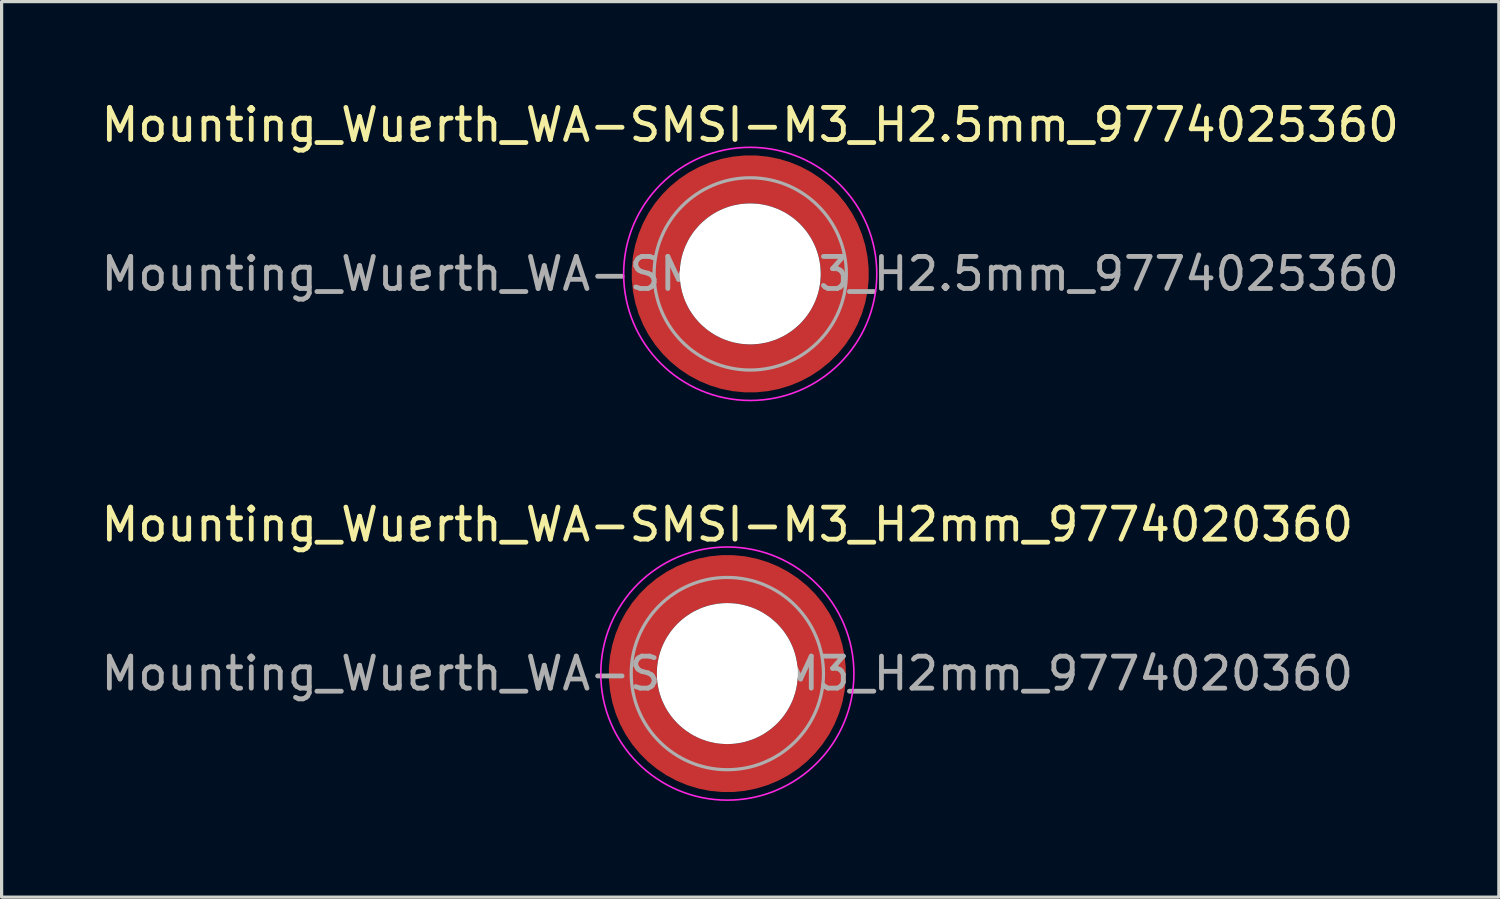
<source format=kicad_pcb>
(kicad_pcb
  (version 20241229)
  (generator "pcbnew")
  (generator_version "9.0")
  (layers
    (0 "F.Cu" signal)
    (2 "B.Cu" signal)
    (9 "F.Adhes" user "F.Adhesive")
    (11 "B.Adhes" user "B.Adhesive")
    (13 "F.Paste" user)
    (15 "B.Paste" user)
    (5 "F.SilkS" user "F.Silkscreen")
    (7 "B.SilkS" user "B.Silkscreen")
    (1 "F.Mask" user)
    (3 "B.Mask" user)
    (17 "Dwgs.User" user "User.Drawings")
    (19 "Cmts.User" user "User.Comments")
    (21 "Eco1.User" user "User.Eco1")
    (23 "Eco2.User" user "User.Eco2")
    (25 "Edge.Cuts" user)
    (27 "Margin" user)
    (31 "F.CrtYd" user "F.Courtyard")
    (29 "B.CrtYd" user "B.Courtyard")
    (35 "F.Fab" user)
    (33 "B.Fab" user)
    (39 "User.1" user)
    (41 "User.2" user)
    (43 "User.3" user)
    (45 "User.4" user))
  (footprint "Mounting_Wuerth_WA-SMSI-M3_H2.5mm_9774025360"
    (layer "F.Cu")
    (at 20.363 5.498)
    (property "Reference" "Mounting_Wuerth_WA-SMSI-M3_H2.5mm_9774025360" (at 0 -4.65 0) (layer "F.SilkS") (effects (font (size 1 1) (thickness 0.15))))
    (attr smd allow_soldermask_bridges)
    (fp_circle (center 0 0) (end 3.95 0) (stroke (width 0.05) (type solid)) (fill no) (layer "F.CrtYd"))
    (fp_circle (center 0 0) (end 3 0) (stroke (width 0.1) (type solid)) (fill no) (layer "F.Fab"))
    (fp_text user "${REFERENCE}" (at 0 0 0) (layer "F.Fab") (effects (font (size 1 1) (thickness 0.15))))
    (pad "" smd custom (at -2.058 -2.058) (size 0.55 0.55) (layers "F.Paste") (options (anchor circle)) (primitives (gr_arc (start -0.377294 1.707681) (mid 0.318198 0.318198) (end 1.707681 -0.377294) (width 0.2)) (gr_arc (start -0.478281 1.707681) (mid 0.247487 0.247487) (end 1.707681 -0.478281) (width 0.2)) (gr_arc (start -0.579192 1.707681) (mid 0.176777 0.176777) (end 1.707681 -0.579192) (width 0.2)) (gr_arc (start -0.680037 1.707681) (mid 0.106066 0.106066) (end 1.707681 -0.680037) (width 0.2)) (gr_arc (start -0.780822 1.707681) (mid 0.035355 0.035355) (end 1.707681 -0.780822) (width 0.2)) (gr_arc (start -0.881554 1.707681) (mid -0.035355 -0.035355) (end 1.707681 -0.881554) (width 0.2)) (gr_arc (start -0.982237 1.707681) (mid -0.106066 -0.106066) (end 1.707681 -0.982237) (width 0.2)) (gr_arc (start -1.082877 1.707681) (mid -0.176777 -0.176777) (end 1.707681 -1.082877) (width 0.2)) (gr_arc (start -1.183476 1.707681) (mid -0.247487 -0.247487) (end 1.707681 -1.183476) (width 0.2)) (gr_arc (start -1.28404 1.707681) (mid -0.318198 -0.318198) (end 1.707681 -1.28404) (width 0.2)) (gr_line (start 1.708 -0.377) (end 1.708 -1.284) (width 0.2)) (gr_line (start -0.377 1.708) (end -1.284 1.708) (width 0.2))))
    (pad "" smd custom (at -2.058 2.058) (size 0.55 0.55) (layers "F.Paste") (options (anchor circle)) (primitives (gr_arc (start 1.707681 0.377294) (mid 0.318198 -0.318198) (end -0.377294 -1.707681) (width 0.2)) (gr_arc (start 1.707681 0.478281) (mid 0.247487 -0.247487) (end -0.478281 -1.707681) (width 0.2)) (gr_arc (start 1.707681 0.579192) (mid 0.176777 -0.176777) (end -0.579192 -1.707681) (width 0.2)) (gr_arc (start 1.707681 0.680037) (mid 0.106066 -0.106066) (end -0.680037 -1.707681) (width 0.2)) (gr_arc (start 1.707681 0.780822) (mid 0.035355 -0.035355) (end -0.780822 -1.707681) (width 0.2)) (gr_arc (start 1.707681 0.881554) (mid -0.035355 0.035355) (end -0.881554 -1.707681) (width 0.2)) (gr_arc (start 1.707681 0.982237) (mid -0.106066 0.106066) (end -0.982237 -1.707681) (width 0.2)) (gr_arc (start 1.707681 1.082877) (mid -0.176777 0.176777) (end -1.082877 -1.707681) (width 0.2)) (gr_arc (start 1.707681 1.183476) (mid -0.247487 0.247487) (end -1.183476 -1.707681) (width 0.2)) (gr_arc (start 1.707681 1.28404) (mid -0.318198 0.318198) (end -1.28404 -1.707681) (width 0.2)) (gr_line (start -0.377 -1.708) (end -1.284 -1.708) (width 0.2)) (gr_line (start 1.708 0.377) (end 1.708 1.284) (width 0.2))))
    (pad "" np_thru_hole circle (at 0 0) (size 4.4 4.4) (drill 4.4) (layers "*.Cu" "*.Mask"))
    (pad "" smd custom (at 2.058 -2.058) (size 0.55 0.55) (layers "F.Paste") (options (anchor circle)) (primitives (gr_arc (start -1.707681 -0.377294) (mid -0.318198 0.318198) (end 0.377294 1.707681) (width 0.2)) (gr_arc (start -1.707681 -0.478281) (mid -0.247487 0.247487) (end 0.478281 1.707681) (width 0.2)) (gr_arc (start -1.707681 -0.579192) (mid -0.176777 0.176777) (end 0.579192 1.707681) (width 0.2)) (gr_arc (start -1.707681 -0.680037) (mid -0.106066 0.106066) (end 0.680037 1.707681) (width 0.2)) (gr_arc (start -1.707681 -0.780822) (mid -0.035355 0.035355) (end 0.780822 1.707681) (width 0.2)) (gr_arc (start -1.707681 -0.881554) (mid 0.035355 -0.035355) (end 0.881554 1.707681) (width 0.2)) (gr_arc (start -1.707681 -0.982237) (mid 0.106066 -0.106066) (end 0.982237 1.707681) (width 0.2)) (gr_arc (start -1.707681 -1.082877) (mid 0.176777 -0.176777) (end 1.082877 1.707681) (width 0.2)) (gr_arc (start -1.707681 -1.183476) (mid 0.247487 -0.247487) (end 1.183476 1.707681) (width 0.2)) (gr_arc (start -1.707681 -1.28404) (mid 0.318198 -0.318198) (end 1.28404 1.707681) (width 0.2)) (gr_line (start 0.377 1.708) (end 1.284 1.708) (width 0.2)) (gr_line (start -1.708 -0.377) (end -1.708 -1.284) (width 0.2))))
    (pad "" smd custom (at 2.058 2.058) (size 0.55 0.55) (layers "F.Paste") (options (anchor circle)) (primitives (gr_arc (start 0.377294 -1.707681) (mid -0.318198 -0.318198) (end -1.707681 0.377294) (width 0.2)) (gr_arc (start 0.478281 -1.707681) (mid -0.247487 -0.247487) (end -1.707681 0.478281) (width 0.2)) (gr_arc (start 0.579192 -1.707681) (mid -0.176777 -0.176777) (end -1.707681 0.579192) (width 0.2)) (gr_arc (start 0.680037 -1.707681) (mid -0.106066 -0.106066) (end -1.707681 0.680037) (width 0.2)) (gr_arc (start 0.780822 -1.707681) (mid -0.035355 -0.035355) (end -1.707681 0.780822) (width 0.2)) (gr_arc (start 0.881554 -1.707681) (mid 0.035355 0.035355) (end -1.707681 0.881554) (width 0.2)) (gr_arc (start 0.982237 -1.707681) (mid 0.106066 0.106066) (end -1.707681 0.982237) (width 0.2)) (gr_arc (start 1.082877 -1.707681) (mid 0.176777 0.176777) (end -1.707681 1.082877) (width 0.2)) (gr_arc (start 1.183476 -1.707681) (mid 0.247487 0.247487) (end -1.707681 1.183476) (width 0.2)) (gr_arc (start 1.28404 -1.707681) (mid 0.318198 0.318198) (end -1.707681 1.28404) (width 0.2)) (gr_line (start -1.708 0.377) (end -1.708 1.284) (width 0.2)) (gr_line (start 0.377 -1.708) (end 1.284 -1.708) (width 0.2))))
    (pad "1" smd circle (at -2.95 0) (size 0.992 0.992) (layers "F.Cu"))
    (pad "1" smd circle (at 0 -2.95) (size 0.992 0.992) (layers "F.Cu"))
    (pad "1" smd circle (at 0 2.95) (size 0.992 0.992) (layers "F.Cu"))
    (pad "1" smd custom (at 2.95 0) (size 1.5 1.5) (layers "F.Cu" "F.Mask") (options (anchor circle)) (primitives (gr_circle (center -2.95 0) (end 0 0) (width 1.5) (fill no)))))
  (footprint "Mounting_Wuerth_WA-SMSI-M3_H2mm_9774020360"
    (layer "F.Cu")
    (at 19.649 17.971)
    (property "Reference" "Mounting_Wuerth_WA-SMSI-M3_H2mm_9774020360" (at 0 -4.65 0) (layer "F.SilkS") (effects (font (size 1 1) (thickness 0.15))))
    (attr smd allow_soldermask_bridges)
    (fp_circle (center 0 0) (end 3.95 0) (stroke (width 0.05) (type solid)) (fill no) (layer "F.CrtYd"))
    (fp_circle (center 0 0) (end 3 0) (stroke (width 0.1) (type solid)) (fill no) (layer "F.Fab"))
    (fp_text user "${REFERENCE}" (at 0 0 0) (layer "F.Fab") (effects (font (size 1 1) (thickness 0.15))))
    (pad "" smd custom (at -2.058 -2.058) (size 0.55 0.55) (layers "F.Paste") (options (anchor circle)) (primitives (gr_arc (start -0.377294 1.707681) (mid 0.318198 0.318198) (end 1.707681 -0.377294) (width 0.2)) (gr_arc (start -0.478281 1.707681) (mid 0.247487 0.247487) (end 1.707681 -0.478281) (width 0.2)) (gr_arc (start -0.579192 1.707681) (mid 0.176777 0.176777) (end 1.707681 -0.579192) (width 0.2)) (gr_arc (start -0.680037 1.707681) (mid 0.106066 0.106066) (end 1.707681 -0.680037) (width 0.2)) (gr_arc (start -0.780822 1.707681) (mid 0.035355 0.035355) (end 1.707681 -0.780822) (width 0.2)) (gr_arc (start -0.881554 1.707681) (mid -0.035355 -0.035355) (end 1.707681 -0.881554) (width 0.2)) (gr_arc (start -0.982237 1.707681) (mid -0.106066 -0.106066) (end 1.707681 -0.982237) (width 0.2)) (gr_arc (start -1.082877 1.707681) (mid -0.176777 -0.176777) (end 1.707681 -1.082877) (width 0.2)) (gr_arc (start -1.183476 1.707681) (mid -0.247487 -0.247487) (end 1.707681 -1.183476) (width 0.2)) (gr_arc (start -1.28404 1.707681) (mid -0.318198 -0.318198) (end 1.707681 -1.28404) (width 0.2)) (gr_line (start 1.708 -0.377) (end 1.708 -1.284) (width 0.2)) (gr_line (start -0.377 1.708) (end -1.284 1.708) (width 0.2))))
    (pad "" smd custom (at -2.058 2.058) (size 0.55 0.55) (layers "F.Paste") (options (anchor circle)) (primitives (gr_arc (start 1.707681 0.377294) (mid 0.318198 -0.318198) (end -0.377294 -1.707681) (width 0.2)) (gr_arc (start 1.707681 0.478281) (mid 0.247487 -0.247487) (end -0.478281 -1.707681) (width 0.2)) (gr_arc (start 1.707681 0.579192) (mid 0.176777 -0.176777) (end -0.579192 -1.707681) (width 0.2)) (gr_arc (start 1.707681 0.680037) (mid 0.106066 -0.106066) (end -0.680037 -1.707681) (width 0.2)) (gr_arc (start 1.707681 0.780822) (mid 0.035355 -0.035355) (end -0.780822 -1.707681) (width 0.2)) (gr_arc (start 1.707681 0.881554) (mid -0.035355 0.035355) (end -0.881554 -1.707681) (width 0.2)) (gr_arc (start 1.707681 0.982237) (mid -0.106066 0.106066) (end -0.982237 -1.707681) (width 0.2)) (gr_arc (start 1.707681 1.082877) (mid -0.176777 0.176777) (end -1.082877 -1.707681) (width 0.2)) (gr_arc (start 1.707681 1.183476) (mid -0.247487 0.247487) (end -1.183476 -1.707681) (width 0.2)) (gr_arc (start 1.707681 1.28404) (mid -0.318198 0.318198) (end -1.28404 -1.707681) (width 0.2)) (gr_line (start -0.377 -1.708) (end -1.284 -1.708) (width 0.2)) (gr_line (start 1.708 0.377) (end 1.708 1.284) (width 0.2))))
    (pad "" np_thru_hole circle (at 0 0) (size 4.4 4.4) (drill 4.4) (layers "*.Cu" "*.Mask"))
    (pad "" smd custom (at 2.058 -2.058) (size 0.55 0.55) (layers "F.Paste") (options (anchor circle)) (primitives (gr_arc (start -1.707681 -0.377294) (mid -0.318198 0.318198) (end 0.377294 1.707681) (width 0.2)) (gr_arc (start -1.707681 -0.478281) (mid -0.247487 0.247487) (end 0.478281 1.707681) (width 0.2)) (gr_arc (start -1.707681 -0.579192) (mid -0.176777 0.176777) (end 0.579192 1.707681) (width 0.2)) (gr_arc (start -1.707681 -0.680037) (mid -0.106066 0.106066) (end 0.680037 1.707681) (width 0.2)) (gr_arc (start -1.707681 -0.780822) (mid -0.035355 0.035355) (end 0.780822 1.707681) (width 0.2)) (gr_arc (start -1.707681 -0.881554) (mid 0.035355 -0.035355) (end 0.881554 1.707681) (width 0.2)) (gr_arc (start -1.707681 -0.982237) (mid 0.106066 -0.106066) (end 0.982237 1.707681) (width 0.2)) (gr_arc (start -1.707681 -1.082877) (mid 0.176777 -0.176777) (end 1.082877 1.707681) (width 0.2)) (gr_arc (start -1.707681 -1.183476) (mid 0.247487 -0.247487) (end 1.183476 1.707681) (width 0.2)) (gr_arc (start -1.707681 -1.28404) (mid 0.318198 -0.318198) (end 1.28404 1.707681) (width 0.2)) (gr_line (start 0.377 1.708) (end 1.284 1.708) (width 0.2)) (gr_line (start -1.708 -0.377) (end -1.708 -1.284) (width 0.2))))
    (pad "" smd custom (at 2.058 2.058) (size 0.55 0.55) (layers "F.Paste") (options (anchor circle)) (primitives (gr_arc (start 0.377294 -1.707681) (mid -0.318198 -0.318198) (end -1.707681 0.377294) (width 0.2)) (gr_arc (start 0.478281 -1.707681) (mid -0.247487 -0.247487) (end -1.707681 0.478281) (width 0.2)) (gr_arc (start 0.579192 -1.707681) (mid -0.176777 -0.176777) (end -1.707681 0.579192) (width 0.2)) (gr_arc (start 0.680037 -1.707681) (mid -0.106066 -0.106066) (end -1.707681 0.680037) (width 0.2)) (gr_arc (start 0.780822 -1.707681) (mid -0.035355 -0.035355) (end -1.707681 0.780822) (width 0.2)) (gr_arc (start 0.881554 -1.707681) (mid 0.035355 0.035355) (end -1.707681 0.881554) (width 0.2)) (gr_arc (start 0.982237 -1.707681) (mid 0.106066 0.106066) (end -1.707681 0.982237) (width 0.2)) (gr_arc (start 1.082877 -1.707681) (mid 0.176777 0.176777) (end -1.707681 1.082877) (width 0.2)) (gr_arc (start 1.183476 -1.707681) (mid 0.247487 0.247487) (end -1.707681 1.183476) (width 0.2)) (gr_arc (start 1.28404 -1.707681) (mid 0.318198 0.318198) (end -1.707681 1.28404) (width 0.2)) (gr_line (start -1.708 0.377) (end -1.708 1.284) (width 0.2)) (gr_line (start 0.377 -1.708) (end 1.284 -1.708) (width 0.2))))
    (pad "1" smd circle (at -2.95 0) (size 0.992 0.992) (layers "F.Cu"))
    (pad "1" smd circle (at 0 -2.95) (size 0.992 0.992) (layers "F.Cu"))
    (pad "1" smd circle (at 0 2.95) (size 0.992 0.992) (layers "F.Cu"))
    (pad "1" smd custom (at 2.95 0) (size 1.5 1.5) (layers "F.Cu" "F.Mask") (options (anchor circle)) (primitives (gr_circle (center -2.95 0) (end 0 0) (width 1.5) (fill no)))))
  (gr_rect
    (start -3 -3)
    (end 43.726 24.947)
    (stroke (width 0.1) (type default))
    (fill no)
    (layer "Edge.Cuts")))
</source>
